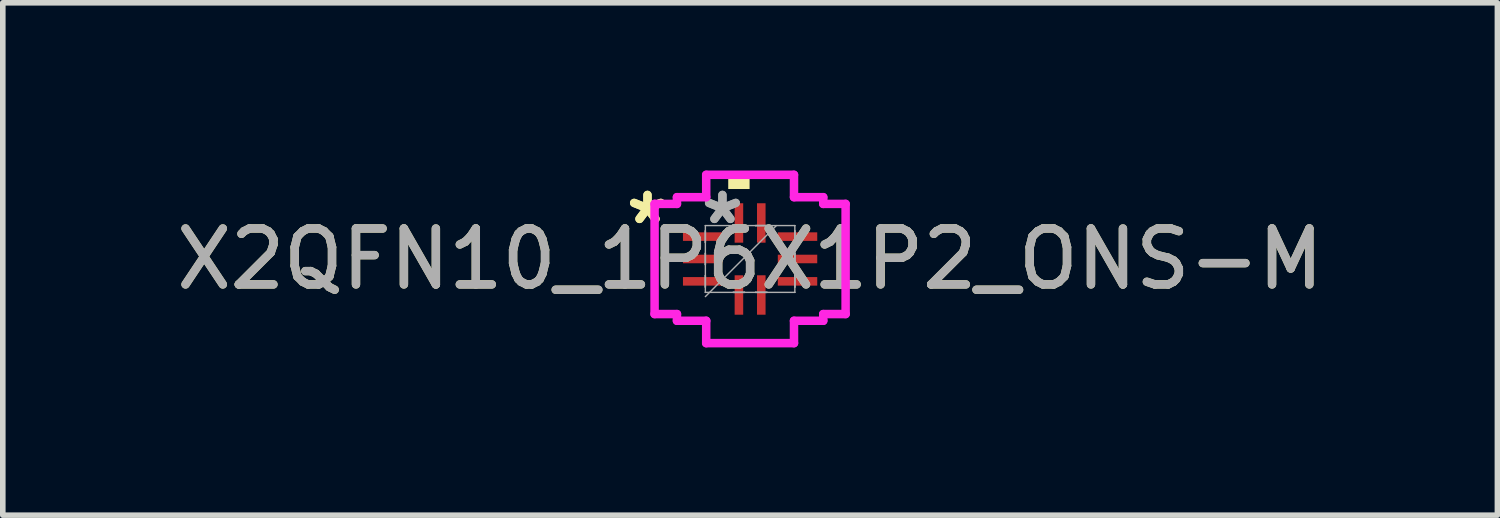
<source format=kicad_pcb>
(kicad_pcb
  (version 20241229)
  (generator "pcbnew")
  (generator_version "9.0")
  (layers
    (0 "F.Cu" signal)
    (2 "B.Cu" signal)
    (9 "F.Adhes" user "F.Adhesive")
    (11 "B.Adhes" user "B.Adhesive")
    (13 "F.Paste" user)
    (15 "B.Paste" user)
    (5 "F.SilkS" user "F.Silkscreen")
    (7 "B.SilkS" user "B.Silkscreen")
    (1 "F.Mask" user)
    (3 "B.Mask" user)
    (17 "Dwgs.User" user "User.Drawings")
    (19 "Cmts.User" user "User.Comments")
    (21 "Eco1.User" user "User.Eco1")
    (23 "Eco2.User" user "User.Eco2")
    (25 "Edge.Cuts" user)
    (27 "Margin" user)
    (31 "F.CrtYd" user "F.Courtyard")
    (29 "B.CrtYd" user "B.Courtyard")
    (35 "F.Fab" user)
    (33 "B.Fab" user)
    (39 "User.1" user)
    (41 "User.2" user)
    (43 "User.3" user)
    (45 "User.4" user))
  (footprint "X2QFN10_1P6X1P2_ONS-M"
    (layer "F.Cu")
    (at 10.363 1.581)
    (property "Reference" "X2QFN10_1P6X1P2_ONS-M" (at 0 0 0) (unlocked yes) (layer "F.SilkS") (effects (font (size 1 1) (thickness 0.15))))
    (attr smd)
    (fp_poly (pts (xy -0.391 -1.251) (xy -0.391 -1.505) (xy -0.009 -1.505) (xy -0.009 -1.251)) (stroke (width 0) (type solid)) (fill yes) (layer "F.SilkS"))
    (fp_line (start -1.708 -0.985) (end -1.308 -0.985) (stroke (width 0.152) (type solid)) (layer "F.CrtYd"))
    (fp_line (start -1.708 0.985) (end -1.708 -0.985) (stroke (width 0.152) (type solid)) (layer "F.CrtYd"))
    (fp_line (start -1.308 -1.105) (end -0.785 -1.105) (stroke (width 0.152) (type solid)) (layer "F.CrtYd"))
    (fp_line (start -1.308 -0.985) (end -1.308 -1.105) (stroke (width 0.152) (type solid)) (layer "F.CrtYd"))
    (fp_line (start -1.308 0.985) (end -1.708 0.985) (stroke (width 0.152) (type solid)) (layer "F.CrtYd"))
    (fp_line (start -1.308 1.105) (end -1.308 0.985) (stroke (width 0.152) (type solid)) (layer "F.CrtYd"))
    (fp_line (start -0.785 -1.505) (end 0.785 -1.505) (stroke (width 0.152) (type solid)) (layer "F.CrtYd"))
    (fp_line (start -0.785 -1.105) (end -0.785 -1.505) (stroke (width 0.152) (type solid)) (layer "F.CrtYd"))
    (fp_line (start -0.785 1.105) (end -1.308 1.105) (stroke (width 0.152) (type solid)) (layer "F.CrtYd"))
    (fp_line (start -0.785 1.505) (end -0.785 1.105) (stroke (width 0.152) (type solid)) (layer "F.CrtYd"))
    (fp_line (start 0.785 -1.505) (end 0.785 -1.105) (stroke (width 0.152) (type solid)) (layer "F.CrtYd"))
    (fp_line (start 0.785 -1.105) (end 1.308 -1.105) (stroke (width 0.152) (type solid)) (layer "F.CrtYd"))
    (fp_line (start 0.785 1.105) (end 0.785 1.505) (stroke (width 0.152) (type solid)) (layer "F.CrtYd"))
    (fp_line (start 0.785 1.505) (end -0.785 1.505) (stroke (width 0.152) (type solid)) (layer "F.CrtYd"))
    (fp_line (start 1.308 -1.105) (end 1.308 -0.985) (stroke (width 0.152) (type solid)) (layer "F.CrtYd"))
    (fp_line (start 1.308 -0.985) (end 1.708 -0.985) (stroke (width 0.152) (type solid)) (layer "F.CrtYd"))
    (fp_line (start 1.308 0.985) (end 1.308 1.105) (stroke (width 0.152) (type solid)) (layer "F.CrtYd"))
    (fp_line (start 1.308 1.105) (end 0.785 1.105) (stroke (width 0.152) (type solid)) (layer "F.CrtYd"))
    (fp_line (start 1.708 -0.985) (end 1.708 0.985) (stroke (width 0.152) (type solid)) (layer "F.CrtYd"))
    (fp_line (start 1.708 0.985) (end 1.308 0.985) (stroke (width 0.152) (type solid)) (layer "F.CrtYd"))
    (fp_line (start -0.8 -0.597) (end -0.8 -0.597) (stroke (width 0.025) (type solid)) (layer "F.Fab"))
    (fp_line (start -0.8 -0.597) (end -0.8 0.597) (stroke (width 0.025) (type solid)) (layer "F.Fab"))
    (fp_line (start -0.8 -0.502) (end -0.8 -0.502) (stroke (width 0.025) (type solid)) (layer "F.Fab"))
    (fp_line (start -0.8 -0.502) (end -0.8 -0.298) (stroke (width 0.025) (type solid)) (layer "F.Fab"))
    (fp_line (start -0.8 -0.298) (end -0.8 -0.502) (stroke (width 0.025) (type solid)) (layer "F.Fab"))
    (fp_line (start -0.8 -0.298) (end -0.8 -0.298) (stroke (width 0.025) (type solid)) (layer "F.Fab"))
    (fp_line (start -0.8 -0.102) (end -0.8 -0.102) (stroke (width 0.025) (type solid)) (layer "F.Fab"))
    (fp_line (start -0.8 -0.102) (end -0.8 0.102) (stroke (width 0.025) (type solid)) (layer "F.Fab"))
    (fp_line (start -0.8 0.102) (end -0.8 -0.102) (stroke (width 0.025) (type solid)) (layer "F.Fab"))
    (fp_line (start -0.8 0.102) (end -0.8 0.102) (stroke (width 0.025) (type solid)) (layer "F.Fab"))
    (fp_line (start -0.8 0.298) (end -0.8 0.298) (stroke (width 0.025) (type solid)) (layer "F.Fab"))
    (fp_line (start -0.8 0.298) (end -0.8 0.502) (stroke (width 0.025) (type solid)) (layer "F.Fab"))
    (fp_line (start -0.8 0.502) (end -0.8 0.298) (stroke (width 0.025) (type solid)) (layer "F.Fab"))
    (fp_line (start -0.8 0.502) (end -0.8 0.502) (stroke (width 0.025) (type solid)) (layer "F.Fab"))
    (fp_line (start -0.8 0.597) (end -0.8 0.597) (stroke (width 0.025) (type solid)) (layer "F.Fab"))
    (fp_line (start -0.8 0.597) (end 0.8 0.597) (stroke (width 0.025) (type solid)) (layer "F.Fab"))
    (fp_line (start -0.8 0.673) (end 0.47 -0.597) (stroke (width 0.025) (type solid)) (layer "F.Fab"))
    (fp_line (start -0.302 -0.597) (end -0.302 -0.597) (stroke (width 0.025) (type solid)) (layer "F.Fab"))
    (fp_line (start -0.302 -0.597) (end -0.098 -0.597) (stroke (width 0.025) (type solid)) (layer "F.Fab"))
    (fp_line (start -0.302 0.597) (end -0.302 0.597) (stroke (width 0.025) (type solid)) (layer "F.Fab"))
    (fp_line (start -0.302 0.597) (end -0.098 0.597) (stroke (width 0.025) (type solid)) (layer "F.Fab"))
    (fp_line (start -0.098 -0.597) (end -0.302 -0.597) (stroke (width 0.025) (type solid)) (layer "F.Fab"))
    (fp_line (start -0.098 -0.597) (end -0.098 -0.597) (stroke (width 0.025) (type solid)) (layer "F.Fab"))
    (fp_line (start -0.098 0.597) (end -0.302 0.597) (stroke (width 0.025) (type solid)) (layer "F.Fab"))
    (fp_line (start -0.098 0.597) (end -0.098 0.597) (stroke (width 0.025) (type solid)) (layer "F.Fab"))
    (fp_line (start 0.098 -0.597) (end 0.098 -0.597) (stroke (width 0.025) (type solid)) (layer "F.Fab"))
    (fp_line (start 0.098 -0.597) (end 0.302 -0.597) (stroke (width 0.025) (type solid)) (layer "F.Fab"))
    (fp_line (start 0.098 0.597) (end 0.098 0.597) (stroke (width 0.025) (type solid)) (layer "F.Fab"))
    (fp_line (start 0.098 0.597) (end 0.302 0.597) (stroke (width 0.025) (type solid)) (layer "F.Fab"))
    (fp_line (start 0.302 -0.597) (end 0.098 -0.597) (stroke (width 0.025) (type solid)) (layer "F.Fab"))
    (fp_line (start 0.302 -0.597) (end 0.302 -0.597) (stroke (width 0.025) (type solid)) (layer "F.Fab"))
    (fp_line (start 0.302 0.597) (end 0.098 0.597) (stroke (width 0.025) (type solid)) (layer "F.Fab"))
    (fp_line (start 0.302 0.597) (end 0.302 0.597) (stroke (width 0.025) (type solid)) (layer "F.Fab"))
    (fp_line (start 0.8 -0.597) (end -0.8 -0.597) (stroke (width 0.025) (type solid)) (layer "F.Fab"))
    (fp_line (start 0.8 -0.597) (end 0.8 -0.597) (stroke (width 0.025) (type solid)) (layer "F.Fab"))
    (fp_line (start 0.8 -0.502) (end 0.8 -0.502) (stroke (width 0.025) (type solid)) (layer "F.Fab"))
    (fp_line (start 0.8 -0.502) (end 0.8 -0.298) (stroke (width 0.025) (type solid)) (layer "F.Fab"))
    (fp_line (start 0.8 -0.298) (end 0.8 -0.502) (stroke (width 0.025) (type solid)) (layer "F.Fab"))
    (fp_line (start 0.8 -0.298) (end 0.8 -0.298) (stroke (width 0.025) (type solid)) (layer "F.Fab"))
    (fp_line (start 0.8 -0.102) (end 0.8 -0.102) (stroke (width 0.025) (type solid)) (layer "F.Fab"))
    (fp_line (start 0.8 -0.102) (end 0.8 0.102) (stroke (width 0.025) (type solid)) (layer "F.Fab"))
    (fp_line (start 0.8 0.102) (end 0.8 -0.102) (stroke (width 0.025) (type solid)) (layer "F.Fab"))
    (fp_line (start 0.8 0.102) (end 0.8 0.102) (stroke (width 0.025) (type solid)) (layer "F.Fab"))
    (fp_line (start 0.8 0.298) (end 0.8 0.298) (stroke (width 0.025) (type solid)) (layer "F.Fab"))
    (fp_line (start 0.8 0.298) (end 0.8 0.502) (stroke (width 0.025) (type solid)) (layer "F.Fab"))
    (fp_line (start 0.8 0.502) (end 0.8 0.298) (stroke (width 0.025) (type solid)) (layer "F.Fab"))
    (fp_line (start 0.8 0.502) (end 0.8 0.502) (stroke (width 0.025) (type solid)) (layer "F.Fab"))
    (fp_line (start 0.8 0.597) (end 0.8 -0.597) (stroke (width 0.025) (type solid)) (layer "F.Fab"))
    (fp_line (start 0.8 0.597) (end 0.8 0.597) (stroke (width 0.025) (type solid)) (layer "F.Fab"))
    (fp_text user "*" (at -1.835 -0.6 0) (unlocked yes) (layer "F.SilkS") (effects (font (size 1 1) (thickness 0.15))))
    (fp_text user "*" (at -1.835 -0.6 0) (layer "F.SilkS") (effects (font (size 1 1) (thickness 0.15))))
    (fp_text user "${REFERENCE}" (at 0 0 0) (unlocked yes) (layer "F.Fab") (effects (font (size 1 1) (thickness 0.15))))
    (fp_text user "*" (at -0.495 -0.6 0) (unlocked yes) (layer "F.Fab") (effects (font (size 1 1) (thickness 0.15))))
    (fp_text user "*" (at -0.495 -0.6 0) (layer "F.Fab") (effects (font (size 1 1) (thickness 0.15))))
    (pad "1" smd rect (at -0.848 0.4 90) (size 0.153 0.705) (layers "F.Cu" "F.Mask" "F.Paste"))
    (pad "2" smd rect (at -0.848 0 90) (size 0.153 0.705) (layers "F.Cu" "F.Mask" "F.Paste"))
    (pad "3" smd rect (at -0.848 -0.4 90) (size 0.153 0.705) (layers "F.Cu" "F.Mask" "F.Paste"))
    (pad "4" smd rect (at -0.2 -0.644) (size 0.153 0.705) (layers "F.Cu" "F.Mask" "F.Paste"))
    (pad "5" smd rect (at 0.2 -0.644) (size 0.153 0.705) (layers "F.Cu" "F.Mask" "F.Paste"))
    (pad "6" smd rect (at 0.848 -0.4 90) (size 0.153 0.705) (layers "F.Cu" "F.Mask" "F.Paste"))
    (pad "7" smd rect (at 0.848 0 90) (size 0.153 0.705) (layers "F.Cu" "F.Mask" "F.Paste"))
    (pad "8" smd rect (at 0.848 0.4 90) (size 0.153 0.705) (layers "F.Cu" "F.Mask" "F.Paste"))
    (pad "9" smd rect (at 0.2 0.644) (size 0.153 0.705) (layers "F.Cu" "F.Mask" "F.Paste"))
    (pad "10" smd rect (at -0.2 0.644) (size 0.153 0.705) (layers "F.Cu" "F.Mask" "F.Paste")))
  (gr_rect
    (start -3 -3)
    (end 23.726 6.162)
    (stroke (width 0.1) (type default))
    (fill no)
    (layer "Edge.Cuts")))
</source>
